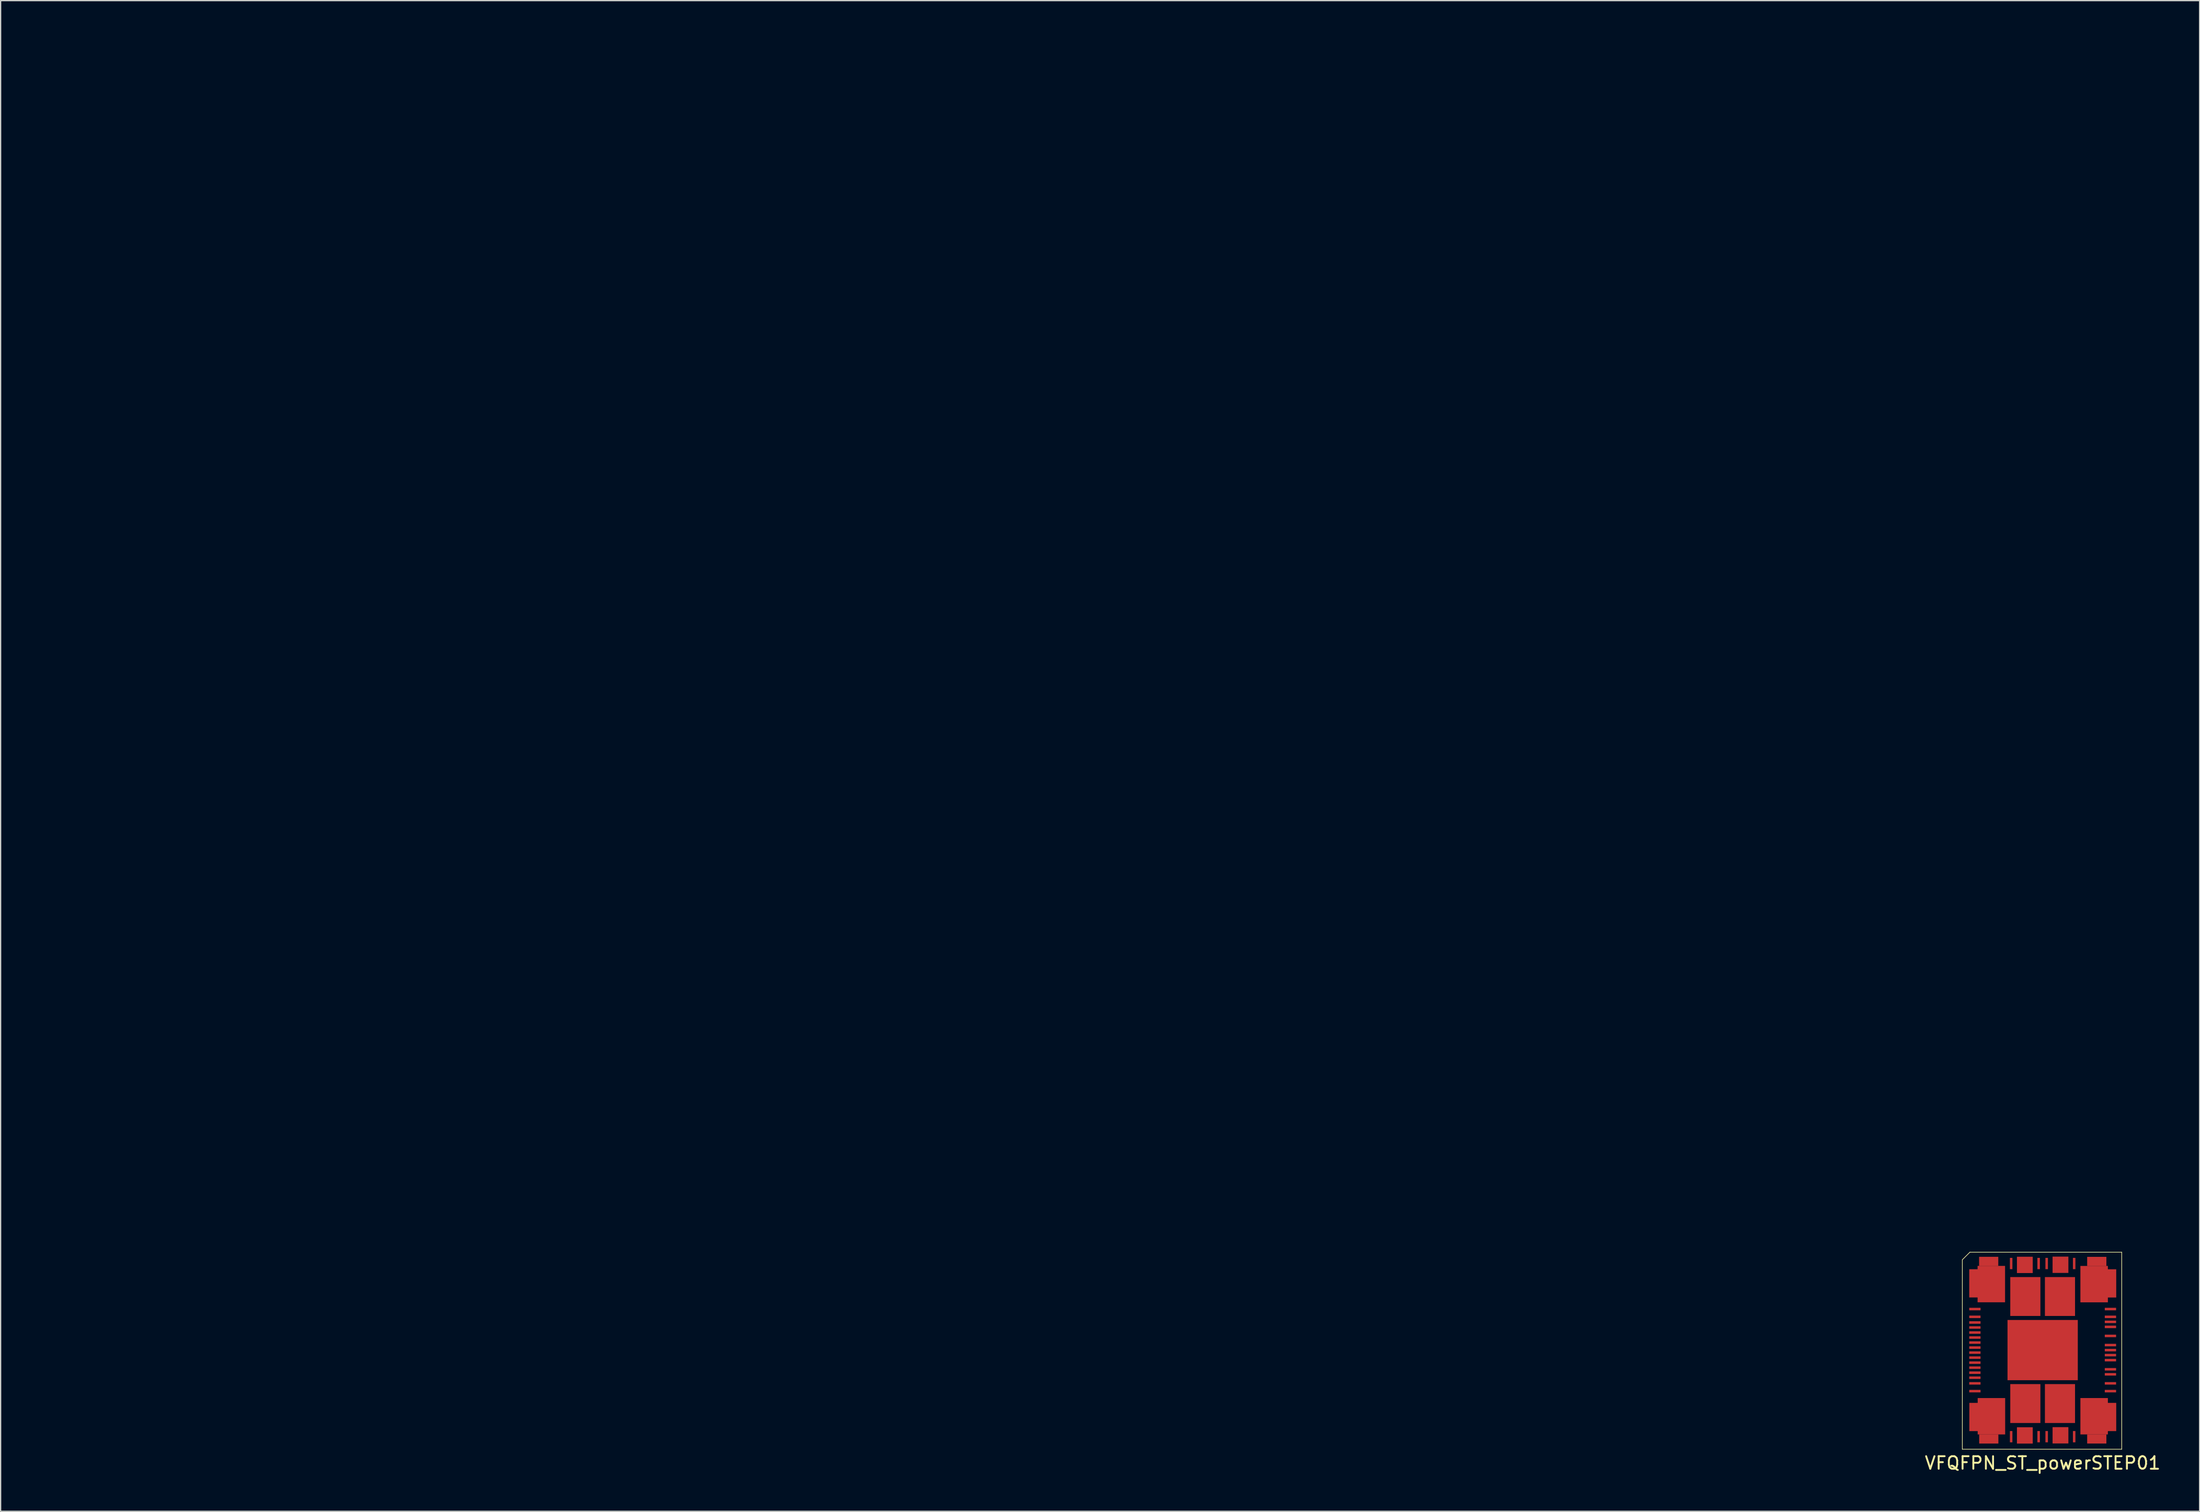
<source format=kicad_pcb>
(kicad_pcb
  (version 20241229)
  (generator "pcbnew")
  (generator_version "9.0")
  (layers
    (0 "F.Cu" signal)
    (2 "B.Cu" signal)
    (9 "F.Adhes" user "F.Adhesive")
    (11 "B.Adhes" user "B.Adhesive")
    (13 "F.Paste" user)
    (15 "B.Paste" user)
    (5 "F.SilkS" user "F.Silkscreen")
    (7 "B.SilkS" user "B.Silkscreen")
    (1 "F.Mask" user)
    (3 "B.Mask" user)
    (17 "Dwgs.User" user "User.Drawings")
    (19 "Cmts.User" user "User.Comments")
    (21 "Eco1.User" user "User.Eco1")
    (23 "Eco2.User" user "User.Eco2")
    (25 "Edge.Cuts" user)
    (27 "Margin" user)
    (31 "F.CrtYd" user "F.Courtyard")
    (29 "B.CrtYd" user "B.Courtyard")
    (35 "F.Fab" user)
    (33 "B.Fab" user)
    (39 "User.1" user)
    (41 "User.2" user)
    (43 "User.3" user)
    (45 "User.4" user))
  (footprint "VFQFPN_ST_powerSTEP01"
    (layer "F.Cu")
    (at 159.699 104.543)
    (property "Reference" "VFQFPN_ST_powerSTEP01" (at 0 9 0) (layer "F.SilkS") (effects (font (size 1 1) (thickness 0.15))))
    (attr through_hole)
    (fp_line (start -6.4 -7.2) (end -5.8 -7.8) (stroke (width 0.05) (type solid)) (layer "F.SilkS"))
    (fp_line (start -6.4 7.9) (end -6.4 -7.2) (stroke (width 0.05) (type solid)) (layer "F.SilkS"))
    (fp_line (start -5.8 -7.8) (end 6.3 -7.8) (stroke (width 0.05) (type solid)) (layer "F.SilkS"))
    (fp_line (start 6.3 -7.8) (end 6.3 7.9) (stroke (width 0.05) (type solid)) (layer "F.SilkS"))
    (fp_line (start 6.3 7.9) (end -6.4 7.9) (stroke (width 0.05) (type solid)) (layer "F.SilkS"))
    (fp_line (start -159.649 -104.493) (end -159.649 -104.493) (stroke (width 0.1) (type solid)) (layer "Eco1.User"))
    (fp_line (start -159.649 -104.493) (end -159.649 -104.493) (stroke (width 0.1) (type solid)) (layer "Eco1.User"))
    (fp_line (start -159.649 -104.493) (end -159.649 -104.493) (stroke (width 0.1) (type solid)) (layer "Eco1.User"))
    (fp_line (start -159.649 -104.493) (end -159.649 -104.493) (stroke (width 0.1) (type solid)) (layer "Eco1.User"))
    (fp_line (start -159.649 -104.493) (end -159.649 -104.493) (stroke (width 0.1) (type solid)) (layer "Eco1.User"))
    (fp_line (start -159.649 -104.493) (end -159.649 -104.493) (stroke (width 0.1) (type solid)) (layer "Eco1.User"))
    (fp_line (start -159.649 -104.493) (end -159.649 -104.493) (stroke (width 0.1) (type solid)) (layer "Eco1.User"))
    (fp_line (start -159.649 -104.493) (end -159.649 -104.493) (stroke (width 0.1) (type solid)) (layer "Eco1.User"))
    (fp_line (start -159.649 -104.493) (end -159.649 -104.493) (stroke (width 0.1) (type solid)) (layer "Eco1.User"))
    (fp_line (start -159.649 -104.493) (end -159.649 -104.493) (stroke (width 0.1) (type solid)) (layer "Eco1.User"))
    (fp_line (start -159.649 -104.493) (end -159.649 -104.493) (stroke (width 0.1) (type solid)) (layer "Eco1.User"))
    (fp_line (start -159.649 -104.493) (end -159.649 -104.493) (stroke (width 0.1) (type solid)) (layer "Eco1.User"))
    (fp_line (start -159.649 -104.493) (end -159.649 -104.493) (stroke (width 0.1) (type solid)) (layer "Eco1.User"))
    (fp_line (start -159.649 -104.493) (end -159.649 -104.493) (stroke (width 0.1) (type solid)) (layer "Eco1.User"))
    (fp_line (start -159.649 -104.493) (end -159.649 -104.493) (stroke (width 0.1) (type solid)) (layer "Eco1.User"))
    (fp_line (start -159.649 -104.493) (end -159.649 -104.493) (stroke (width 0.1) (type solid)) (layer "Eco1.User"))
    (fp_line (start -159.649 -104.493) (end -159.649 -104.493) (stroke (width 0.1) (type solid)) (layer "Eco1.User"))
    (fp_line (start -159.649 -104.493) (end -159.649 -104.493) (stroke (width 0.1) (type solid)) (layer "Eco1.User"))
    (fp_line (start -159.649 -104.493) (end -159.649 -104.493) (stroke (width 0.1) (type solid)) (layer "Eco1.User"))
    (fp_line (start -159.649 -104.493) (end -159.649 -104.493) (stroke (width 0.1) (type solid)) (layer "Eco1.User"))
    (fp_line (start -159.649 -104.493) (end -159.649 -104.493) (stroke (width 0.1) (type solid)) (layer "Eco1.User"))
    (fp_line (start -159.649 -104.493) (end -159.649 -104.493) (stroke (width 0.1) (type solid)) (layer "Eco1.User"))
    (fp_line (start -159.649 -104.493) (end -159.649 -104.493) (stroke (width 0.1) (type solid)) (layer "Eco1.User"))
    (fp_line (start -159.649 -104.493) (end -159.649 -104.493) (stroke (width 0.1) (type solid)) (layer "Eco1.User"))
    (fp_line (start -159.649 -104.493) (end -159.649 -104.493) (stroke (width 0.1) (type solid)) (layer "Eco1.User"))
    (fp_line (start -159.649 -104.493) (end -159.649 -104.493) (stroke (width 0.1) (type solid)) (layer "Eco1.User"))
    (fp_line (start -159.649 -104.493) (end -159.649 -104.493) (stroke (width 0.1) (type solid)) (layer "Eco1.User"))
    (fp_line (start -159.649 -104.493) (end -159.649 -104.493) (stroke (width 0.1) (type solid)) (layer "Eco1.User"))
    (fp_line (start -159.649 -104.493) (end -159.649 -104.493) (stroke (width 0.1) (type solid)) (layer "Eco1.User"))
    (fp_line (start -159.649 -104.493) (end -159.649 -104.493) (stroke (width 0.1) (type solid)) (layer "Eco1.User"))
    (fp_line (start -159.649 -104.493) (end -159.649 -104.493) (stroke (width 0.1) (type solid)) (layer "Eco1.User"))
    (fp_line (start -159.649 -104.493) (end -159.649 -104.493) (stroke (width 0.1) (type solid)) (layer "Eco1.User"))
    (fp_line (start -159.649 -104.493) (end -159.649 -104.493) (stroke (width 0.1) (type solid)) (layer "Eco1.User"))
    (fp_line (start -159.649 -104.493) (end -159.649 -104.493) (stroke (width 0.1) (type solid)) (layer "Eco1.User"))
    (fp_line (start -159.649 -104.493) (end -159.649 -104.493) (stroke (width 0.1) (type solid)) (layer "Eco1.User"))
    (fp_line (start -159.649 -104.493) (end -159.649 -104.493) (stroke (width 0.1) (type solid)) (layer "Eco1.User"))
    (fp_line (start -159.649 -104.493) (end -159.649 -104.493) (stroke (width 0.1) (type solid)) (layer "Eco1.User"))
    (fp_line (start -159.649 -104.493) (end -159.649 -104.493) (stroke (width 0.1) (type solid)) (layer "Eco1.User"))
    (fp_line (start -159.649 -104.493) (end -159.649 -104.493) (stroke (width 0.1) (type solid)) (layer "Eco1.User"))
    (fp_line (start -159.649 -104.493) (end -159.649 -104.493) (stroke (width 0.1) (type solid)) (layer "Eco1.User"))
    (fp_line (start -159.649 -104.493) (end -159.649 -104.493) (stroke (width 0.1) (type solid)) (layer "Eco1.User"))
    (fp_line (start -159.649 -104.493) (end -159.649 -104.493) (stroke (width 0.1) (type solid)) (layer "Eco1.User"))
    (fp_line (start -159.649 -104.493) (end -159.649 -104.493) (stroke (width 0.1) (type solid)) (layer "Eco1.User"))
    (fp_line (start -159.649 -104.493) (end -159.649 -104.493) (stroke (width 0.1) (type solid)) (layer "Eco1.User"))
    (fp_line (start -159.649 -104.493) (end -159.649 -104.493) (stroke (width 0.1) (type solid)) (layer "Eco1.User"))
    (fp_line (start -159.649 -104.493) (end -159.649 -104.493) (stroke (width 0.1) (type solid)) (layer "Eco1.User"))
    (fp_line (start -159.649 -104.493) (end -159.649 -104.493) (stroke (width 0.1) (type solid)) (layer "Eco1.User"))
    (fp_line (start -159.649 -104.493) (end -159.649 -104.493) (stroke (width 0.1) (type solid)) (layer "Eco1.User"))
    (fp_line (start -159.649 -104.493) (end -159.649 -104.493) (stroke (width 0.1) (type solid)) (layer "Eco1.User"))
    (fp_line (start -159.649 -104.493) (end -159.649 -104.493) (stroke (width 0.1) (type solid)) (layer "Eco1.User"))
    (fp_line (start -159.649 -104.493) (end -159.649 -104.493) (stroke (width 0.1) (type solid)) (layer "Eco1.User"))
    (fp_line (start -159.649 -104.493) (end -159.649 -104.493) (stroke (width 0.1) (type solid)) (layer "Eco1.User"))
    (fp_line (start -159.649 -104.493) (end -159.649 -104.493) (stroke (width 0.1) (type solid)) (layer "Eco1.User"))
    (fp_line (start -159.649 -104.493) (end -159.649 -104.493) (stroke (width 0.1) (type solid)) (layer "Eco1.User"))
    (fp_line (start -159.649 -104.493) (end -159.649 -104.493) (stroke (width 0.1) (type solid)) (layer "Eco1.User"))
    (fp_line (start -159.649 -104.493) (end -159.649 -104.493) (stroke (width 0.1) (type solid)) (layer "Eco1.User"))
    (fp_line (start -159.649 -104.493) (end -159.649 -104.493) (stroke (width 0.1) (type solid)) (layer "Eco1.User"))
    (fp_line (start -159.649 -104.493) (end -159.649 -104.493) (stroke (width 0.1) (type solid)) (layer "Eco1.User"))
    (fp_line (start -159.649 -104.493) (end -159.649 -104.493) (stroke (width 0.1) (type solid)) (layer "Eco1.User"))
    (fp_line (start -159.649 -104.493) (end -159.649 -104.493) (stroke (width 0.1) (type solid)) (layer "Eco1.User"))
    (fp_line (start -159.649 -104.493) (end -159.649 -104.493) (stroke (width 0.1) (type solid)) (layer "Eco1.User"))
    (fp_line (start -159.649 -104.493) (end -159.649 -104.493) (stroke (width 0.1) (type solid)) (layer "Eco1.User"))
    (fp_line (start -159.649 -104.493) (end -159.649 -104.493) (stroke (width 0.1) (type solid)) (layer "Eco1.User"))
    (fp_line (start -159.649 -104.493) (end -159.649 -104.493) (stroke (width 0.1) (type solid)) (layer "Eco1.User"))
    (fp_line (start -159.649 -104.493) (end -159.649 -104.493) (stroke (width 0.1) (type solid)) (layer "Eco1.User"))
    (fp_line (start -159.649 -104.493) (end -159.649 -104.493) (stroke (width 0.1) (type solid)) (layer "Eco1.User"))
    (fp_line (start -159.649 -104.493) (end -159.649 -104.493) (stroke (width 0.1) (type solid)) (layer "Eco1.User"))
    (fp_line (start -159.649 -104.493) (end -159.649 -104.493) (stroke (width 0.1) (type solid)) (layer "Eco1.User"))
    (fp_line (start -159.649 -104.493) (end -159.649 -104.493) (stroke (width 0.1) (type solid)) (layer "Eco1.User"))
    (fp_line (start -159.649 -104.493) (end -159.649 -104.493) (stroke (width 0.1) (type solid)) (layer "Eco1.User"))
    (fp_line (start -159.649 -104.493) (end -159.649 -104.493) (stroke (width 0.1) (type solid)) (layer "Eco1.User"))
    (fp_line (start -159.649 -104.493) (end -159.649 -104.493) (stroke (width 0.1) (type solid)) (layer "Eco1.User"))
    (fp_line (start -159.649 -104.493) (end -159.649 -104.493) (stroke (width 0.1) (type solid)) (layer "Eco1.User"))
    (fp_line (start -159.649 -104.493) (end -159.649 -104.493) (stroke (width 0.1) (type solid)) (layer "Eco1.User"))
    (fp_line (start -159.649 -104.493) (end -159.649 -104.493) (stroke (width 0.1) (type solid)) (layer "Eco1.User"))
    (fp_line (start -159.649 -104.493) (end -159.649 -104.493) (stroke (width 0.1) (type solid)) (layer "Eco1.User"))
    (fp_line (start -159.649 -104.493) (end -159.649 -104.493) (stroke (width 0.1) (type solid)) (layer "Eco1.User"))
    (fp_line (start -159.649 -104.493) (end -159.649 -104.493) (stroke (width 0.1) (type solid)) (layer "Eco1.User"))
    (fp_line (start -159.649 -104.493) (end -159.649 -104.493) (stroke (width 0.1) (type solid)) (layer "Eco1.User"))
    (fp_line (start -159.649 -104.493) (end -159.649 -104.493) (stroke (width 0.1) (type solid)) (layer "Eco1.User"))
    (fp_line (start -159.649 -104.493) (end -159.649 -104.493) (stroke (width 0.1) (type solid)) (layer "Eco1.User"))
    (fp_line (start -159.649 -104.493) (end -159.649 -104.493) (stroke (width 0.1) (type solid)) (layer "Eco1.User"))
    (fp_line (start -159.649 -104.493) (end -159.649 -104.493) (stroke (width 0.1) (type solid)) (layer "Eco1.User"))
    (fp_line (start -159.649 -104.493) (end -159.649 -104.493) (stroke (width 0.1) (type solid)) (layer "Eco1.User"))
    (fp_line (start -159.649 -104.493) (end -159.649 -104.493) (stroke (width 0.1) (type solid)) (layer "Eco1.User"))
    (fp_line (start -159.649 -104.493) (end -159.649 -104.493) (stroke (width 0.1) (type solid)) (layer "Eco1.User"))
    (fp_line (start -159.649 -104.493) (end -159.649 -104.493) (stroke (width 0.1) (type solid)) (layer "Eco1.User"))
    (fp_line (start -159.649 -104.493) (end -159.649 -104.493) (stroke (width 0.1) (type solid)) (layer "Eco1.User"))
    (fp_line (start -159.649 -104.493) (end -159.649 -104.493) (stroke (width 0.1) (type solid)) (layer "Eco1.User"))
    (fp_line (start -159.649 -104.493) (end -159.649 -104.493) (stroke (width 0.1) (type solid)) (layer "Eco1.User"))
    (fp_line (start -159.649 -104.493) (end -159.649 -104.493) (stroke (width 0.1) (type solid)) (layer "Eco1.User"))
    (fp_line (start -159.649 -104.493) (end -159.649 -104.493) (stroke (width 0.1) (type solid)) (layer "Eco1.User"))
    (fp_line (start -159.649 -104.493) (end -159.649 -104.493) (stroke (width 0.1) (type solid)) (layer "Eco1.User"))
    (fp_line (start -159.649 -104.493) (end -159.649 -104.493) (stroke (width 0.1) (type solid)) (layer "Eco1.User"))
    (fp_line (start -159.649 -104.493) (end -159.649 -104.493) (stroke (width 0.1) (type solid)) (layer "Eco1.User"))
    (fp_line (start -159.649 -104.493) (end -159.649 -104.493) (stroke (width 0.1) (type solid)) (layer "Eco1.User"))
    (fp_line (start -159.649 -104.493) (end -159.649 -104.493) (stroke (width 0.1) (type solid)) (layer "Eco1.User"))
    (fp_line (start -159.649 -104.493) (end -159.649 -104.493) (stroke (width 0.1) (type solid)) (layer "Eco1.User"))
    (fp_line (start -159.649 -104.493) (end -159.649 -104.493) (stroke (width 0.1) (type solid)) (layer "Eco1.User"))
    (fp_line (start -159.649 -104.493) (end -159.649 -104.493) (stroke (width 0.1) (type solid)) (layer "Eco1.User"))
    (fp_line (start -5.847 -6.447) (end -5.187 -6.447) (stroke (width 0.1) (type solid)) (layer "Eco1.User"))
    (fp_line (start -5.847 -4.197) (end -5.847 -6.447) (stroke (width 0.1) (type solid)) (layer "Eco1.User"))
    (fp_line (start -5.847 4.203) (end -5.847 6.453) (stroke (width 0.1) (type solid)) (layer "Eco1.User"))
    (fp_line (start -5.847 6.453) (end -5.187 6.453) (stroke (width 0.1) (type solid)) (layer "Eco1.User"))
    (fp_line (start -5.187 -6.717) (end -5.067 -6.717) (stroke (width 0.1) (type solid)) (layer "Eco1.User"))
    (fp_line (start -5.187 -6.447) (end -5.187 -6.717) (stroke (width 0.1) (type solid)) (layer "Eco1.User"))
    (fp_line (start -5.187 6.453) (end -5.187 6.723) (stroke (width 0.1) (type solid)) (layer "Eco1.User"))
    (fp_line (start -5.187 6.723) (end -5.067 6.723) (stroke (width 0.1) (type solid)) (layer "Eco1.User"))
    (fp_line (start -5.177 -4.197) (end -5.847 -4.197) (stroke (width 0.1) (type solid)) (layer "Eco1.User"))
    (fp_line (start -5.177 -3.807) (end -5.177 -4.197) (stroke (width 0.1) (type solid)) (layer "Eco1.User"))
    (fp_line (start -5.177 -3.807) (end -2.987 -3.807) (stroke (width 0.1) (type solid)) (layer "Eco1.User"))
    (fp_line (start -5.177 3.813) (end -5.177 4.203) (stroke (width 0.1) (type solid)) (layer "Eco1.User"))
    (fp_line (start -5.177 3.813) (end -2.987 3.813) (stroke (width 0.1) (type solid)) (layer "Eco1.User"))
    (fp_line (start -5.177 4.203) (end -5.847 4.203) (stroke (width 0.1) (type solid)) (layer "Eco1.User"))
    (fp_line (start -5.067 -7.437) (end -5.067 -6.717) (stroke (width 0.1) (type solid)) (layer "Eco1.User"))
    (fp_line (start -5.067 7.443) (end -5.067 6.723) (stroke (width 0.1) (type solid)) (layer "Eco1.User"))
    (fp_line (start -3.537 -7.437) (end -5.067 -7.437) (stroke (width 0.1) (type solid)) (layer "Eco1.User"))
    (fp_line (start -3.537 -6.707) (end -3.537 -7.437) (stroke (width 0.1) (type solid)) (layer "Eco1.User"))
    (fp_line (start -3.537 6.713) (end -3.537 7.443) (stroke (width 0.1) (type solid)) (layer "Eco1.User"))
    (fp_line (start -3.537 7.443) (end -5.067 7.443) (stroke (width 0.1) (type solid)) (layer "Eco1.User"))
    (fp_line (start -2.987 -6.707) (end -3.537 -6.707) (stroke (width 0.1) (type solid)) (layer "Eco1.User"))
    (fp_line (start -2.987 -3.807) (end -2.987 -6.707) (stroke (width 0.1) (type solid)) (layer "Eco1.User"))
    (fp_line (start -2.987 3.813) (end -2.987 6.713) (stroke (width 0.1) (type solid)) (layer "Eco1.User"))
    (fp_line (start -2.987 6.713) (end -3.537 6.713) (stroke (width 0.1) (type solid)) (layer "Eco1.User"))
    (fp_line (start -2.797 -2.397) (end 2.803 -2.397) (stroke (width 0.1) (type solid)) (layer "Eco1.User"))
    (fp_line (start -2.797 2.403) (end -2.797 -2.397) (stroke (width 0.1) (type solid)) (layer "Eco1.User"))
    (fp_line (start -2.797 2.403) (end 2.803 2.403) (stroke (width 0.1) (type solid)) (layer "Eco1.User"))
    (fp_line (start -2.577 -2.717) (end -2.577 -5.817) (stroke (width 0.1) (type solid)) (layer "Eco1.User"))
    (fp_line (start -2.577 2.713) (end -2.577 5.813) (stroke (width 0.1) (type solid)) (layer "Eco1.User"))
    (fp_line (start -2.577 2.713) (end -0.177 2.713) (stroke (width 0.1) (type solid)) (layer "Eco1.User"))
    (fp_line (start -2.577 5.813) (end -0.177 5.813) (stroke (width 0.1) (type solid)) (layer "Eco1.User"))
    (fp_line (start -2.047 -7.437) (end -2.047 -6.137) (stroke (width 0.1) (type solid)) (layer "Eco1.User"))
    (fp_line (start -2.047 -7.437) (end -2.047 -6.137) (stroke (width 0.1) (type solid)) (layer "Eco1.User"))
    (fp_line (start -2.047 -7.437) (end -0.787 -7.437) (stroke (width 0.1) (type solid)) (layer "Eco1.User"))
    (fp_line (start -2.047 -7.437) (end -0.787 -7.437) (stroke (width 0.1) (type solid)) (layer "Eco1.User"))
    (fp_line (start -2.047 -6.137) (end -0.787 -6.137) (stroke (width 0.1) (type solid)) (layer "Eco1.User"))
    (fp_line (start -2.047 -6.137) (end -0.787 -6.137) (stroke (width 0.1) (type solid)) (layer "Eco1.User"))
    (fp_line (start -2.047 6.143) (end -0.787 6.143) (stroke (width 0.1) (type solid)) (layer "Eco1.User"))
    (fp_line (start -2.047 6.143) (end -0.787 6.143) (stroke (width 0.1) (type solid)) (layer "Eco1.User"))
    (fp_line (start -2.047 7.443) (end -2.047 6.143) (stroke (width 0.1) (type solid)) (layer "Eco1.User"))
    (fp_line (start -2.047 7.443) (end -2.047 6.143) (stroke (width 0.1) (type solid)) (layer "Eco1.User"))
    (fp_line (start -2.047 7.443) (end -0.787 7.443) (stroke (width 0.1) (type solid)) (layer "Eco1.User"))
    (fp_line (start -2.047 7.443) (end -0.787 7.443) (stroke (width 0.1) (type solid)) (layer "Eco1.User"))
    (fp_line (start -0.787 -7.437) (end -0.787 -6.137) (stroke (width 0.1) (type solid)) (layer "Eco1.User"))
    (fp_line (start -0.787 -7.437) (end -0.787 -6.137) (stroke (width 0.1) (type solid)) (layer "Eco1.User"))
    (fp_line (start -0.787 7.443) (end -0.787 6.143) (stroke (width 0.1) (type solid)) (layer "Eco1.User"))
    (fp_line (start -0.787 7.443) (end -0.787 6.143) (stroke (width 0.1) (type solid)) (layer "Eco1.User"))
    (fp_line (start -0.177 -5.817) (end -2.577 -5.817) (stroke (width 0.1) (type solid)) (layer "Eco1.User"))
    (fp_line (start -0.177 -2.717) (end -2.577 -2.717) (stroke (width 0.1) (type solid)) (layer "Eco1.User"))
    (fp_line (start -0.177 -2.717) (end -0.177 -5.817) (stroke (width 0.1) (type solid)) (layer "Eco1.User"))
    (fp_line (start -0.177 2.713) (end -0.177 5.813) (stroke (width 0.1) (type solid)) (layer "Eco1.User"))
    (fp_line (start 0.183 -5.817) (end 2.583 -5.817) (stroke (width 0.1) (type solid)) (layer "Eco1.User"))
    (fp_line (start 0.183 -2.717) (end 0.183 -5.817) (stroke (width 0.1) (type solid)) (layer "Eco1.User"))
    (fp_line (start 0.183 -2.717) (end 2.583 -2.717) (stroke (width 0.1) (type solid)) (layer "Eco1.User"))
    (fp_line (start 0.183 2.713) (end 0.183 5.813) (stroke (width 0.1) (type solid)) (layer "Eco1.User"))
    (fp_line (start 0.793 -7.437) (end 0.793 -6.137) (stroke (width 0.1) (type solid)) (layer "Eco1.User"))
    (fp_line (start 0.793 -7.437) (end 0.793 -6.137) (stroke (width 0.1) (type solid)) (layer "Eco1.User"))
    (fp_line (start 0.793 7.443) (end 0.793 6.143) (stroke (width 0.1) (type solid)) (layer "Eco1.User"))
    (fp_line (start 0.793 7.443) (end 0.793 6.143) (stroke (width 0.1) (type solid)) (layer "Eco1.User"))
    (fp_line (start 2.053 -7.437) (end 0.793 -7.437) (stroke (width 0.1) (type solid)) (layer "Eco1.User"))
    (fp_line (start 2.053 -7.437) (end 0.793 -7.437) (stroke (width 0.1) (type solid)) (layer "Eco1.User"))
    (fp_line (start 2.053 -7.437) (end 2.053 -6.137) (stroke (width 0.1) (type solid)) (layer "Eco1.User"))
    (fp_line (start 2.053 -7.437) (end 2.053 -6.137) (stroke (width 0.1) (type solid)) (layer "Eco1.User"))
    (fp_line (start 2.053 -6.137) (end 0.793 -6.137) (stroke (width 0.1) (type solid)) (layer "Eco1.User"))
    (fp_line (start 2.053 -6.137) (end 0.793 -6.137) (stroke (width 0.1) (type solid)) (layer "Eco1.User"))
    (fp_line (start 2.053 6.143) (end 0.793 6.143) (stroke (width 0.1) (type solid)) (layer "Eco1.User"))
    (fp_line (start 2.053 6.143) (end 0.793 6.143) (stroke (width 0.1) (type solid)) (layer "Eco1.User"))
    (fp_line (start 2.053 7.443) (end 0.793 7.443) (stroke (width 0.1) (type solid)) (layer "Eco1.User"))
    (fp_line (start 2.053 7.443) (end 0.793 7.443) (stroke (width 0.1) (type solid)) (layer "Eco1.User"))
    (fp_line (start 2.053 7.443) (end 2.053 6.143) (stroke (width 0.1) (type solid)) (layer "Eco1.User"))
    (fp_line (start 2.053 7.443) (end 2.053 6.143) (stroke (width 0.1) (type solid)) (layer "Eco1.User"))
    (fp_line (start 2.583 -2.717) (end 2.583 -5.817) (stroke (width 0.1) (type solid)) (layer "Eco1.User"))
    (fp_line (start 2.583 2.713) (end 0.183 2.713) (stroke (width 0.1) (type solid)) (layer "Eco1.User"))
    (fp_line (start 2.583 2.713) (end 2.583 5.813) (stroke (width 0.1) (type solid)) (layer "Eco1.User"))
    (fp_line (start 2.583 5.813) (end 0.183 5.813) (stroke (width 0.1) (type solid)) (layer "Eco1.User"))
    (fp_line (start 2.803 2.403) (end 2.803 -2.397) (stroke (width 0.1) (type solid)) (layer "Eco1.User"))
    (fp_line (start 2.993 -6.707) (end 3.543 -6.707) (stroke (width 0.1) (type solid)) (layer "Eco1.User"))
    (fp_line (start 2.993 -3.807) (end 2.993 -6.707) (stroke (width 0.1) (type solid)) (layer "Eco1.User"))
    (fp_line (start 2.993 3.813) (end 2.993 6.713) (stroke (width 0.1) (type solid)) (layer "Eco1.User"))
    (fp_line (start 2.993 6.713) (end 3.543 6.713) (stroke (width 0.1) (type solid)) (layer "Eco1.User"))
    (fp_line (start 3.543 -7.437) (end 5.073 -7.437) (stroke (width 0.1) (type solid)) (layer "Eco1.User"))
    (fp_line (start 3.543 -6.707) (end 3.543 -7.437) (stroke (width 0.1) (type solid)) (layer "Eco1.User"))
    (fp_line (start 3.543 6.713) (end 3.543 7.443) (stroke (width 0.1) (type solid)) (layer "Eco1.User"))
    (fp_line (start 3.543 7.443) (end 5.073 7.443) (stroke (width 0.1) (type solid)) (layer "Eco1.User"))
    (fp_line (start 5.073 -7.437) (end 5.073 -6.717) (stroke (width 0.1) (type solid)) (layer "Eco1.User"))
    (fp_line (start 5.073 7.443) (end 5.073 6.723) (stroke (width 0.1) (type solid)) (layer "Eco1.User"))
    (fp_line (start 5.183 -4.197) (end 5.853 -4.197) (stroke (width 0.1) (type solid)) (layer "Eco1.User"))
    (fp_line (start 5.183 -3.807) (end 2.993 -3.807) (stroke (width 0.1) (type solid)) (layer "Eco1.User"))
    (fp_line (start 5.183 -3.807) (end 5.183 -4.197) (stroke (width 0.1) (type solid)) (layer "Eco1.User"))
    (fp_line (start 5.183 3.813) (end 2.993 3.813) (stroke (width 0.1) (type solid)) (layer "Eco1.User"))
    (fp_line (start 5.183 3.813) (end 5.183 4.203) (stroke (width 0.1) (type solid)) (layer "Eco1.User"))
    (fp_line (start 5.183 4.203) (end 5.853 4.203) (stroke (width 0.1) (type solid)) (layer "Eco1.User"))
    (fp_line (start 5.193 -6.717) (end 5.073 -6.717) (stroke (width 0.1) (type solid)) (layer "Eco1.User"))
    (fp_line (start 5.193 -6.447) (end 5.193 -6.717) (stroke (width 0.1) (type solid)) (layer "Eco1.User"))
    (fp_line (start 5.193 6.453) (end 5.193 6.723) (stroke (width 0.1) (type solid)) (layer "Eco1.User"))
    (fp_line (start 5.193 6.723) (end 5.073 6.723) (stroke (width 0.1) (type solid)) (layer "Eco1.User"))
    (fp_line (start 5.853 -6.447) (end 5.193 -6.447) (stroke (width 0.1) (type solid)) (layer "Eco1.User"))
    (fp_line (start 5.853 -4.197) (end 5.853 -6.447) (stroke (width 0.1) (type solid)) (layer "Eco1.User"))
    (fp_line (start 5.853 4.203) (end 5.853 6.453) (stroke (width 0.1) (type solid)) (layer "Eco1.User"))
    (fp_line (start 5.853 6.453) (end 5.193 6.453) (stroke (width 0.1) (type solid)) (layer "Eco1.User"))
    (pad "1" smd rect (at -5.5 -5.32) (size 0.7 2.25) (layers "F.Cu" "F.Mask" "F.Paste"))
    (pad "1" smd rect (at -5.492 5.332 180) (size 0.7 2.25) (layers "F.Cu" "F.Mask" "F.Paste"))
    (pad "1" smd rect (at -4.3 -7.07) (size 1.53 0.73) (layers "F.Cu" "F.Mask" "F.Paste"))
    (pad "1" smd rect (at -4.292 7.082 180) (size 1.53 0.73) (layers "F.Cu" "F.Mask" "F.Paste"))
    (pad "1" smd rect (at -4.09 -5.26) (size 2.19 2.9) (layers "F.Cu" "F.Mask" "F.Paste"))
    (pad "1" smd rect (at -4.082 5.272 180) (size 2.19 2.9) (layers "F.Cu" "F.Mask" "F.Paste"))
    (pad "1" smd rect (at 4.102 5.271 180) (size 2.19 2.9) (layers "F.Cu" "F.Mask" "F.Paste"))
    (pad "1" smd rect (at 4.102 -5.256) (size 2.19 2.9) (layers "F.Cu" "F.Mask" "F.Paste"))
    (pad "1" smd rect (at 4.312 7.081 180) (size 1.53 0.73) (layers "F.Cu" "F.Mask" "F.Paste"))
    (pad "1" smd rect (at 4.312 -7.066) (size 1.53 0.73) (layers "F.Cu" "F.Mask" "F.Paste"))
    (pad "1" smd rect (at 5.512 5.331 180) (size 0.7 2.25) (layers "F.Cu" "F.Mask" "F.Paste"))
    (pad "1" smd rect (at 5.512 -5.316) (size 0.7 2.25) (layers "F.Cu" "F.Mask" "F.Paste"))
    (pad "7" smd rect (at -5.4 -3.27 90) (size 0.2 0.9) (layers "F.Cu" "F.Mask" "F.Paste"))
    (pad "7" smd rect (at -2.51 -6.9) (size 0.2 0.9) (layers "F.Cu" "F.Mask" "F.Paste"))
    (pad "7" smd rect (at -1.38 -4.27) (size 2.4 3.1) (layers "F.Cu" "F.Mask" "F.Paste"))
    (pad "7" smd rect (at -0.32 -6.9) (size 0.2 0.9) (layers "F.Cu" "F.Mask" "F.Paste"))
    (pad "8" smd rect (at -5.4 -2.65 90) (size 0.2 0.9) (layers "F.Cu" "F.Mask" "F.Paste"))
    (pad "8" smd rect (at -5.4 2.65 90) (size 0.2 0.9) (layers "F.Cu" "F.Mask" "F.Paste"))
    (pad "8" smd rect (at 0 0) (size 5.6 4.8) (layers "F.Cu" "F.Mask" "F.Paste"))
    (pad "9" smd rect (at -5.4 -2.2 90) (size 0.2 0.9) (layers "F.Cu" "F.Mask" "F.Paste"))
    (pad "10" smd rect (at -5.4 -1.8 90) (size 0.2 0.9) (layers "F.Cu" "F.Mask" "F.Paste"))
    (pad "11" smd rect (at -5.4 -1.4 90) (size 0.2 0.9) (layers "F.Cu" "F.Mask" "F.Paste"))
    (pad "12" smd rect (at -5.4 -1 90) (size 0.2 0.9) (layers "F.Cu" "F.Mask" "F.Paste"))
    (pad "13" smd rect (at -5.4 -0.6 90) (size 0.2 0.9) (layers "F.Cu" "F.Mask" "F.Paste"))
    (pad "14" smd rect (at -5.4 -0.2 90) (size 0.2 0.9) (layers "F.Cu" "F.Mask" "F.Paste"))
    (pad "15" smd rect (at -5.4 0.2 90) (size 0.2 0.9) (layers "F.Cu" "F.Mask" "F.Paste"))
    (pad "16" smd rect (at -5.4 0.6 90) (size 0.2 0.9) (layers "F.Cu" "F.Mask" "F.Paste"))
    (pad "17" smd rect (at -5.4 1 90) (size 0.2 0.9) (layers "F.Cu" "F.Mask" "F.Paste"))
    (pad "18" smd rect (at -5.4 1.4 90) (size 0.2 0.9) (layers "F.Cu" "F.Mask" "F.Paste"))
    (pad "19" smd rect (at -5.4 1.8 90) (size 0.2 0.9) (layers "F.Cu" "F.Mask" "F.Paste"))
    (pad "20" smd rect (at -5.4 2.2 90) (size 0.2 0.9) (layers "F.Cu" "F.Mask" "F.Paste"))
    (pad "22" smd rect (at -5.4 3.27 90) (size 0.2 0.9) (layers "F.Cu" "F.Mask" "F.Paste"))
    (pad "22" smd rect (at -2.51 6.9) (size 0.2 0.9) (layers "F.Cu" "F.Mask" "F.Paste"))
    (pad "22" smd rect (at -1.38 4.26) (size 2.4 3.1) (layers "F.Cu" "F.Mask" "F.Paste"))
    (pad "22" smd rect (at -0.32 6.9) (size 0.2 0.9) (layers "F.Cu" "F.Mask" "F.Paste"))
    (pad "34" smd rect (at -1.42 6.8) (size 1.26 1.3) (layers "F.Cu" "F.Mask" "F.Paste"))
    (pad "34" smd rect (at 1.42 6.79) (size 1.26 1.3) (layers "F.Cu" "F.Mask" "F.Paste"))
    (pad "38" smd rect (at 0.32 6.9) (size 0.2 0.9) (layers "F.Cu" "F.Mask" "F.Paste"))
    (pad "38" smd rect (at 1.38 4.26) (size 2.4 3.1) (layers "F.Cu" "F.Mask" "F.Paste"))
    (pad "38" smd rect (at 2.51 6.9) (size 0.2 0.9) (layers "F.Cu" "F.Mask" "F.Paste"))
    (pad "38" smd rect (at 5.4 3.27 90) (size 0.2 0.9) (layers "F.Cu" "F.Mask" "F.Paste"))
    (pad "54" smd rect (at 5.4 2.65 90) (size 0.2 0.9) (layers "F.Cu" "F.Mask" "F.Paste"))
    (pad "55" smd rect (at 5.4 1.93 90) (size 0.2 0.9) (layers "F.Cu" "F.Mask" "F.Paste"))
    (pad "56" smd rect (at 5.4 1.53 90) (size 0.2 0.9) (layers "F.Cu" "F.Mask" "F.Paste"))
    (pad "57" smd rect (at 5.4 0.8 90) (size 0.2 0.9) (layers "F.Cu" "F.Mask" "F.Paste"))
    (pad "58" smd rect (at 5.4 0.4 90) (size 0.2 0.9) (layers "F.Cu" "F.Mask" "F.Paste"))
    (pad "59" smd rect (at 5.4 0 90) (size 0.2 0.9) (layers "F.Cu" "F.Mask" "F.Paste"))
    (pad "60" smd rect (at 5.4 -0.4 90) (size 0.2 0.9) (layers "F.Cu" "F.Mask" "F.Paste"))
    (pad "61" smd rect (at 5.4 -1.13 90) (size 0.2 0.9) (layers "F.Cu" "F.Mask" "F.Paste"))
    (pad "62" smd rect (at 5.4 -1.85 90) (size 0.2 0.9) (layers "F.Cu" "F.Mask" "F.Paste"))
    (pad "63" smd rect (at 5.4 -2.25 90) (size 0.2 0.9) (layers "F.Cu" "F.Mask" "F.Paste"))
    (pad "64" smd rect (at 5.4 -2.65 90) (size 0.2 0.9) (layers "F.Cu" "F.Mask" "F.Paste"))
    (pad "65" smd rect (at 0.32 -6.9) (size 0.2 0.9) (layers "F.Cu" "F.Mask" "F.Paste"))
    (pad "65" smd rect (at 1.38 -4.27) (size 2.4 3.1) (layers "F.Cu" "F.Mask" "F.Paste"))
    (pad "65" smd rect (at 2.51 -6.9) (size 0.2 0.9) (layers "F.Cu" "F.Mask" "F.Paste"))
    (pad "65" smd rect (at 5.4 -3.27 90) (size 0.2 0.9) (layers "F.Cu" "F.Mask" "F.Paste"))
    (pad "77" smd rect (at -1.42 -6.79) (size 1.26 1.3) (layers "F.Cu" "F.Mask" "F.Paste"))
    (pad "77" smd rect (at 1.42 -6.8) (size 1.26 1.3) (layers "F.Cu" "F.Mask" "F.Paste")))
  (gr_rect
    (start -3 -3)
    (end 172.205 117.391)
    (stroke (width 0.1) (type default))
    (fill no)
    (layer "Edge.Cuts")))
</source>
